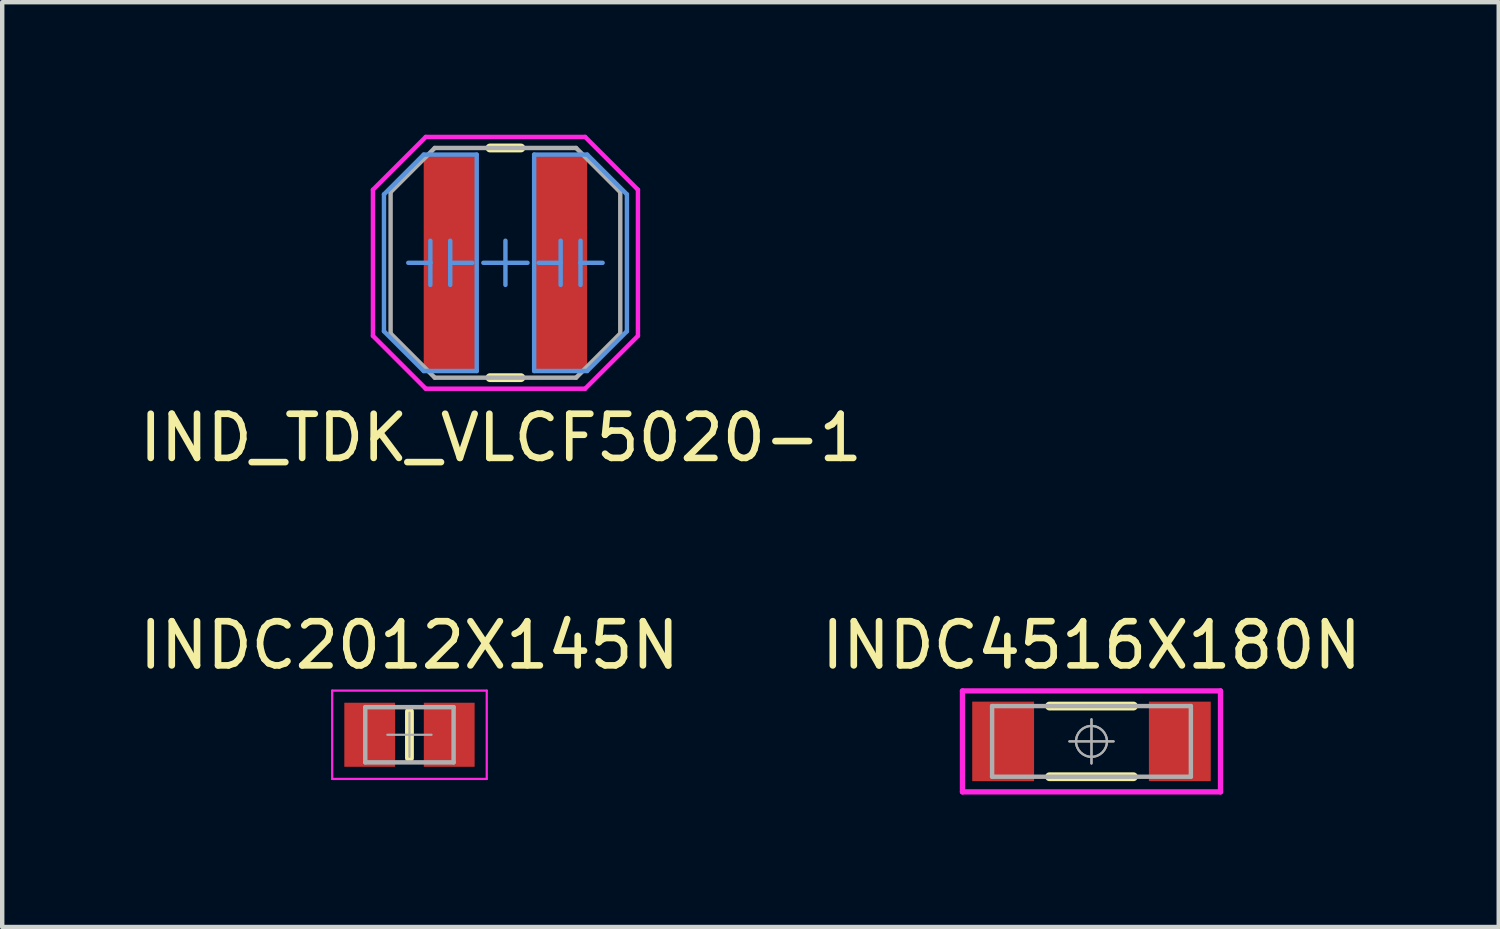
<source format=kicad_pcb>
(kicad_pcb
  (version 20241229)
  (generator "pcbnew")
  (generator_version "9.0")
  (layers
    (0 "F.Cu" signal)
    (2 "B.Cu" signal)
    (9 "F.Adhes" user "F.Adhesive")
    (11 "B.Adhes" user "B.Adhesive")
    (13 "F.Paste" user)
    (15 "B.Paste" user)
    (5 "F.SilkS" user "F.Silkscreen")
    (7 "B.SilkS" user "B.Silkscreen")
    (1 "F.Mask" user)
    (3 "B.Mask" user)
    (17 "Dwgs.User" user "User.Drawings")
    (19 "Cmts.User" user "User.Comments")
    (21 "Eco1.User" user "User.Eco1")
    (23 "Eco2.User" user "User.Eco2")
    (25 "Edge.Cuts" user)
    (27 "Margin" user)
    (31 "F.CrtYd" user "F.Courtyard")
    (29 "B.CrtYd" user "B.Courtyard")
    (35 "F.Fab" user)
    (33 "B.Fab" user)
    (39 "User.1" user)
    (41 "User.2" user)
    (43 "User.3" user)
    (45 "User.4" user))
  (footprint "IND_TDK_VLCF5020-1"
    (layer "F.Cu")
    (at 8.393 2.9)
    (property "Reference" "IND_TDK_VLCF5020-1" (at -0.102 3.962 0) (layer "F.SilkS") (effects (font (size 1 1) (thickness 0.15))))
    (attr smd)
    (fp_line (start -0.35 -2.6) (end 0.35 -2.6) (stroke (width 0.2) (type solid)) (layer "F.SilkS"))
    (fp_line (start -0.35 2.6) (end 0.35 2.6) (stroke (width 0.2) (type solid)) (layer "F.SilkS"))
    (fp_line (start -2.75 -1.55) (end -1.85 -2.45) (stroke (width 0.1) (type solid)) (layer "Cmts.User"))
    (fp_line (start -2.75 1.55) (end -2.75 -1.55) (stroke (width 0.1) (type solid)) (layer "Cmts.User"))
    (fp_line (start -2.75 1.55) (end -1.85 2.45) (stroke (width 0.1) (type solid)) (layer "Cmts.User"))
    (fp_line (start -2.2 0) (end -1.7 0) (stroke (width 0.1) (type solid)) (layer "Cmts.User"))
    (fp_line (start -1.85 -2.45) (end -0.65 -2.45) (stroke (width 0.1) (type solid)) (layer "Cmts.User"))
    (fp_line (start -1.85 2.45) (end -0.65 2.45) (stroke (width 0.1) (type solid)) (layer "Cmts.User"))
    (fp_line (start -1.7 0) (end -1.7 -0.5) (stroke (width 0.1) (type solid)) (layer "Cmts.User"))
    (fp_line (start -1.7 0.5) (end -1.7 0) (stroke (width 0.1) (type solid)) (layer "Cmts.User"))
    (fp_line (start -1.25 0) (end -1.25 -0.5) (stroke (width 0.1) (type solid)) (layer "Cmts.User"))
    (fp_line (start -1.25 0) (end -0.75 0) (stroke (width 0.1) (type solid)) (layer "Cmts.User"))
    (fp_line (start -1.25 0.5) (end -1.25 0) (stroke (width 0.1) (type solid)) (layer "Cmts.User"))
    (fp_line (start -0.65 2.45) (end -0.65 -2.45) (stroke (width 0.1) (type solid)) (layer "Cmts.User"))
    (fp_line (start -0.5 0) (end 0 0) (stroke (width 0.1) (type solid)) (layer "Cmts.User"))
    (fp_line (start 0 0) (end 0 -0.5) (stroke (width 0.1) (type solid)) (layer "Cmts.User"))
    (fp_line (start 0 0) (end 0.5 0) (stroke (width 0.1) (type solid)) (layer "Cmts.User"))
    (fp_line (start 0 0.5) (end 0 0) (stroke (width 0.1) (type solid)) (layer "Cmts.User"))
    (fp_line (start 0.65 -2.45) (end 1.85 -2.45) (stroke (width 0.1) (type solid)) (layer "Cmts.User"))
    (fp_line (start 0.65 2.45) (end 0.65 -2.45) (stroke (width 0.1) (type solid)) (layer "Cmts.User"))
    (fp_line (start 0.65 2.45) (end 1.85 2.45) (stroke (width 0.1) (type solid)) (layer "Cmts.User"))
    (fp_line (start 0.75 0) (end 1.25 0) (stroke (width 0.1) (type solid)) (layer "Cmts.User"))
    (fp_line (start 1.25 0) (end 1.25 -0.5) (stroke (width 0.1) (type solid)) (layer "Cmts.User"))
    (fp_line (start 1.25 0.5) (end 1.25 0) (stroke (width 0.1) (type solid)) (layer "Cmts.User"))
    (fp_line (start 1.7 0) (end 1.7 -0.5) (stroke (width 0.1) (type solid)) (layer "Cmts.User"))
    (fp_line (start 1.7 0) (end 2.2 0) (stroke (width 0.1) (type solid)) (layer "Cmts.User"))
    (fp_line (start 1.7 0.5) (end 1.7 0) (stroke (width 0.1) (type solid)) (layer "Cmts.User"))
    (fp_line (start 1.85 -2.45) (end 2.75 -1.55) (stroke (width 0.1) (type solid)) (layer "Cmts.User"))
    (fp_line (start 1.85 2.45) (end 2.75 1.55) (stroke (width 0.1) (type solid)) (layer "Cmts.User"))
    (fp_line (start 2.75 1.55) (end 2.75 -1.55) (stroke (width 0.1) (type solid)) (layer "Cmts.User"))
    (fp_line (start -3 -1.654) (end -1.804 -2.85) (stroke (width 0.1) (type solid)) (layer "F.CrtYd"))
    (fp_line (start -3 1.654) (end -3 -1.654) (stroke (width 0.1) (type solid)) (layer "F.CrtYd"))
    (fp_line (start -3 1.654) (end -1.804 2.85) (stroke (width 0.1) (type solid)) (layer "F.CrtYd"))
    (fp_line (start -1.804 -2.85) (end 1.804 -2.85) (stroke (width 0.1) (type solid)) (layer "F.CrtYd"))
    (fp_line (start -1.804 2.85) (end 1.804 2.85) (stroke (width 0.1) (type solid)) (layer "F.CrtYd"))
    (fp_line (start 1.804 -2.85) (end 3 -1.654) (stroke (width 0.1) (type solid)) (layer "F.CrtYd"))
    (fp_line (start 1.804 2.85) (end 3 1.654) (stroke (width 0.1) (type solid)) (layer "F.CrtYd"))
    (fp_line (start 3 1.654) (end 3 -1.654) (stroke (width 0.1) (type solid)) (layer "F.CrtYd"))
    (fp_line (start -2.6 -1.6) (end -1.6 -2.6) (stroke (width 0.1) (type solid)) (layer "F.Fab"))
    (fp_line (start -2.6 1.6) (end -2.6 -1.6) (stroke (width 0.1) (type solid)) (layer "F.Fab"))
    (fp_line (start -2.6 1.6) (end -1.6 2.6) (stroke (width 0.1) (type solid)) (layer "F.Fab"))
    (fp_line (start -1.6 -2.6) (end 1.6 -2.6) (stroke (width 0.1) (type solid)) (layer "F.Fab"))
    (fp_line (start -1.6 2.6) (end 1.6 2.6) (stroke (width 0.1) (type solid)) (layer "F.Fab"))
    (fp_line (start 1.6 -2.6) (end 2.6 -1.6) (stroke (width 0.1) (type solid)) (layer "F.Fab"))
    (fp_line (start 1.6 2.6) (end 2.6 1.6) (stroke (width 0.1) (type solid)) (layer "F.Fab"))
    (fp_line (start 2.6 1.6) (end 2.6 -1.6) (stroke (width 0.1) (type solid)) (layer "F.Fab"))
    (pad "1" smd rect (at -1.25 0) (size 1.2 4.9) (layers "F.Cu" "F.Mask" "F.Paste"))
    (pad "2" smd rect (at 1.25 0) (size 1.2 4.9) (layers "F.Cu" "F.Mask" "F.Paste")))
  (footprint "INDC4516X180N"
    (layer "F.Cu")
    (at 21.661 13.735)
    (property "Reference" "INDC4516X180N" (at 0 -2.176 0) (layer "F.SilkS") (effects (font (size 1 1) (thickness 0.15))))
    (attr smd)
    (fp_line (start -0.95 -0.8) (end 0.95 -0.8) (stroke (width 0.2) (type solid)) (layer "F.SilkS"))
    (fp_line (start -0.95 0.8) (end 0.95 0.8) (stroke (width 0.2) (type solid)) (layer "F.SilkS"))
    (fp_line (start -2.921 -1.143) (end 2.921 -1.143) (stroke (width 0.12) (type solid)) (layer "F.CrtYd"))
    (fp_line (start -2.921 1.143) (end -2.921 -1.143) (stroke (width 0.12) (type solid)) (layer "F.CrtYd"))
    (fp_line (start 2.921 -1.143) (end 2.921 1.143) (stroke (width 0.12) (type solid)) (layer "F.CrtYd"))
    (fp_line (start 2.921 1.143) (end -2.921 1.143) (stroke (width 0.12) (type solid)) (layer "F.CrtYd"))
    (fp_line (start -2.25 -0.8) (end 2.25 -0.8) (stroke (width 0.1) (type solid)) (layer "F.Fab"))
    (fp_line (start -2.25 0.8) (end -2.25 -0.8) (stroke (width 0.1) (type solid)) (layer "F.Fab"))
    (fp_line (start -2.25 0.8) (end 2.25 0.8) (stroke (width 0.1) (type solid)) (layer "F.Fab"))
    (fp_line (start -0.5 0) (end 0.5 0) (stroke (width 0.05) (type solid)) (layer "F.Fab"))
    (fp_line (start -0.5 0) (end 0.5 0) (stroke (width 0.05) (type solid)) (layer "F.Fab"))
    (fp_line (start 0 0.5) (end 0 -0.5) (stroke (width 0.05) (type solid)) (layer "F.Fab"))
    (fp_line (start 0 0.5) (end 0 -0.5) (stroke (width 0.05) (type solid)) (layer "F.Fab"))
    (fp_line (start 2.25 0.8) (end 2.25 -0.8) (stroke (width 0.1) (type solid)) (layer "F.Fab"))
    (fp_circle (center 0 0) (end 0.35 0) (stroke (width 0.05) (type solid)) (fill no) (layer "F.Fab"))
    (fp_circle (center 0 0) (end 0.35 0) (stroke (width 0.05) (type solid)) (fill no) (layer "F.Fab"))
    (pad "1" smd rect (at -2 0 90) (size 1.8 1.4) (layers "F.Cu" "F.Mask" "F.Paste"))
    (pad "2" smd rect (at 2 0 90) (size 1.8 1.4) (layers "F.Cu" "F.Mask" "F.Paste")))
  (footprint "INDC2012X145N"
    (layer "F.Cu")
    (at 6.22 13.585)
    (property "Reference" "INDC2012X145N" (at 0 -2.026 0) (layer "F.SilkS") (effects (font (size 1 1) (thickness 0.15))))
    (attr smd)
    (fp_line (start 0 0.525) (end 0 -0.525) (stroke (width 0.2) (type solid)) (layer "F.SilkS"))
    (fp_line (start -1.75 -1) (end 1.75 -1) (stroke (width 0.05) (type solid)) (layer "F.CrtYd"))
    (fp_line (start -1.75 1) (end -1.75 -1) (stroke (width 0.05) (type solid)) (layer "F.CrtYd"))
    (fp_line (start -1.75 1) (end 1.75 1) (stroke (width 0.05) (type solid)) (layer "F.CrtYd"))
    (fp_line (start 1.75 1) (end 1.75 -1) (stroke (width 0.05) (type solid)) (layer "F.CrtYd"))
    (fp_line (start -1 -0.625) (end 1 -0.625) (stroke (width 0.1) (type solid)) (layer "F.Fab"))
    (fp_line (start -1 0.625) (end -1 -0.625) (stroke (width 0.1) (type solid)) (layer "F.Fab"))
    (fp_line (start -1 0.625) (end 1 0.625) (stroke (width 0.1) (type solid)) (layer "F.Fab"))
    (fp_line (start -0.5 0) (end 0.5 0) (stroke (width 0.05) (type solid)) (layer "F.Fab"))
    (fp_line (start 0 0.5) (end 0 -0.5) (stroke (width 0.05) (type solid)) (layer "F.Fab"))
    (fp_line (start 1 0.625) (end 1 -0.625) (stroke (width 0.1) (type solid)) (layer "F.Fab"))
    (pad "1" smd rect (at -0.9 0 90) (size 1.45 1.15) (layers "F.Cu" "F.Mask" "F.Paste"))
    (pad "2" smd rect (at 0.9 0 90) (size 1.45 1.15) (layers "F.Cu" "F.Mask" "F.Paste")))
  (gr_rect
    (start -3 -3)
    (end 30.881 17.938)
    (stroke (width 0.1) (type default))
    (fill no)
    (layer "Edge.Cuts")))
</source>
